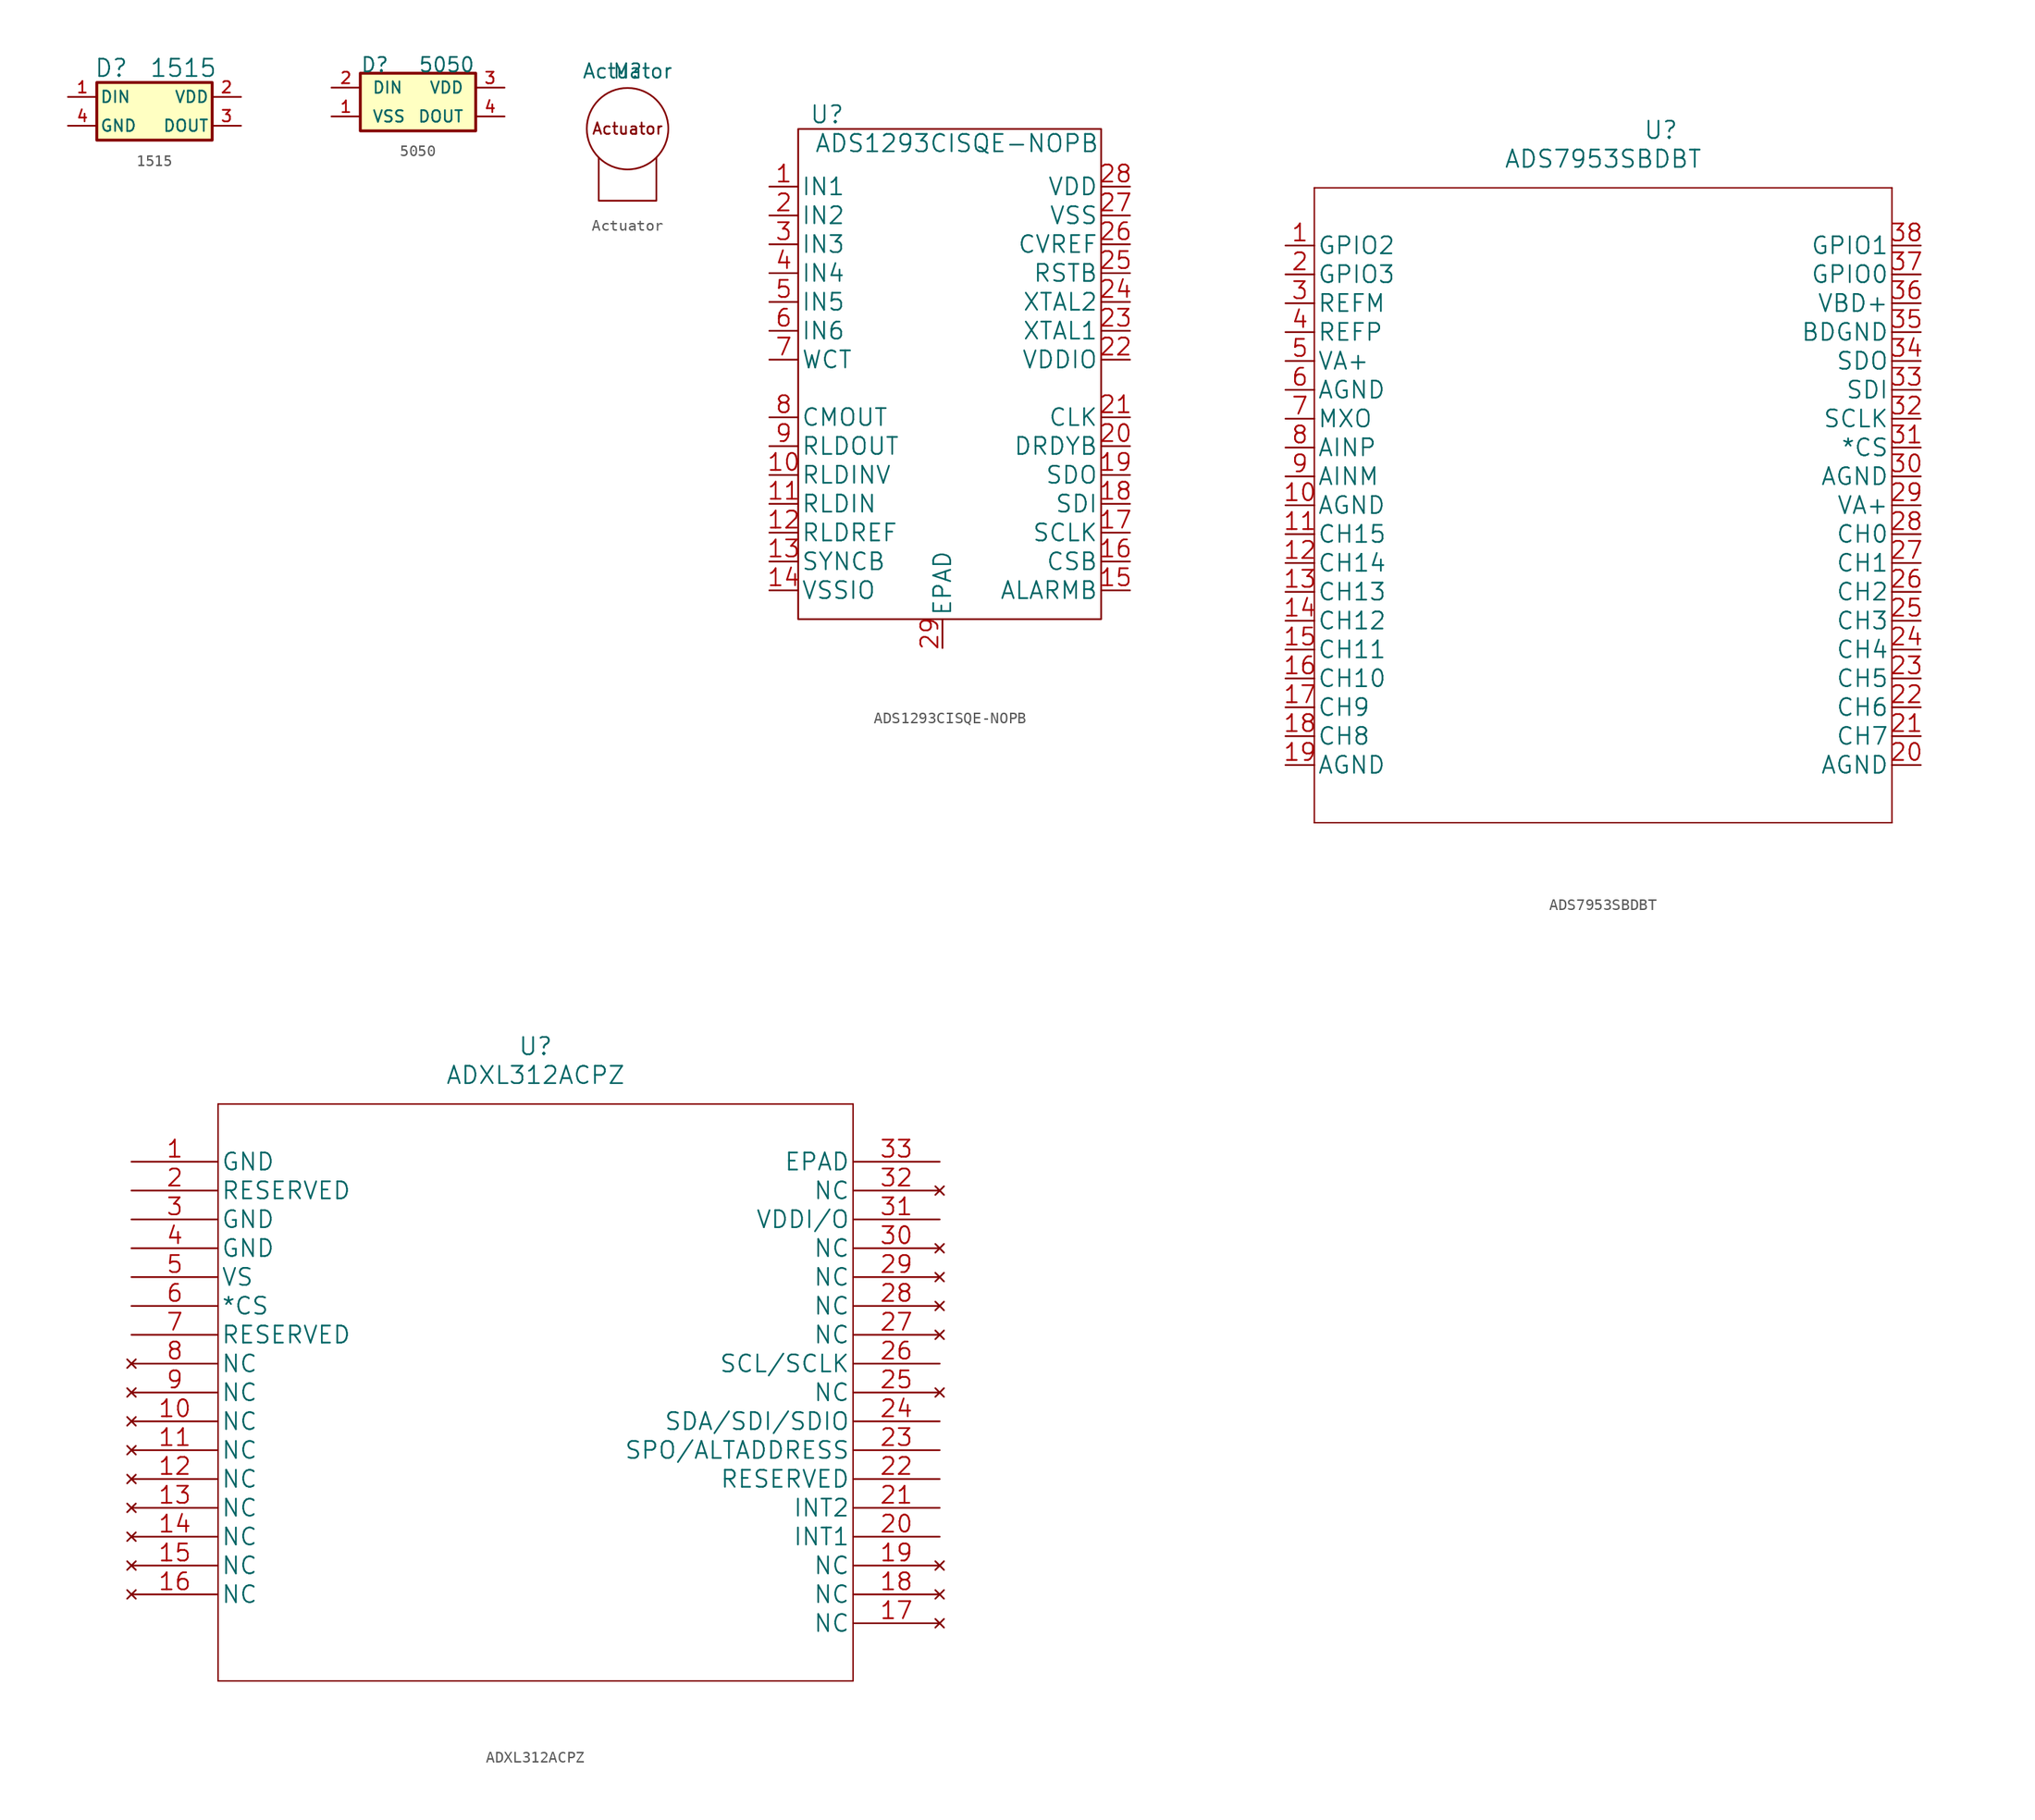
<source format=kicad_sym>
(kicad_symbol_lib
  (version 20220914)
  (generator kicad_symbol_editor)
  (symbol "1515"
    (pin_names
      (offset 0.254))
    (property "Reference" "D"
      (at 3.81 2.54 0)
      (effects (font (size 1.524 1.524))))
    (property "Value" "1515"
      (at 10.16 2.54 0)
      (effects (font (size 1.524 1.524))))
    (property "Datasheet" ""
      (at 0 0 0)
      (effects (font (size 1.524 1.524))))
    (property "ki_locked" ""
      (at 0 0 0)
      (effects (font (size 1.27 1.27))))
    (symbol "1515_0_0"
      (rectangle (start 2.54 1.27) (end 12.7 -3.81) (stroke (width 0.254) (type default)) (fill (type background))))
    (symbol "1515_1_1"
      (pin input line (at 0 0 0) (length 2.54) (name "DIN" (effects (font (size 1.016 1.016)))) (number "1" (effects (font (size 1.016 1.016)))))
      (pin power_in line (at 15.24 0 180) (length 2.54) (name "VDD" (effects (font (size 1.016 1.016)))) (number "2" (effects (font (size 1.016 1.016)))))
      (pin output line (at 15.24 -2.54 180) (length 2.54) (name "DOUT" (effects (font (size 1.016 1.016)))) (number "3" (effects (font (size 1.016 1.016)))))
      (pin power_in line (at 0 -2.54 0) (length 2.54) (name "GND" (effects (font (size 1.016 1.016)))) (number "4" (effects (font (size 1.016 1.016)))))))
  (symbol "5050"
    (pin_names
      (offset 1.016))
    (property "Reference" "D"
      (at 2.54 1.27 0)
      (effects (font (size 1.27 1.27)) (justify left bottom)))
    (property "Value" "5050"
      (at 7.62 1.27 0)
      (effects (font (size 1.27 1.27)) (justify left bottom)))
    (symbol "5050_0_0"
      (rectangle (start 2.54 1.27) (end 12.7 -3.81) (stroke (width 0.254) (type default)) (fill (type background)))
      (pin power_in line (at 0 -2.54 0) (length 2.54) (name "VSS" (effects (font (size 1.016 1.016)))) (number "1" (effects (font (size 1.016 1.016)))))
      (pin input line (at 0 0 0) (length 2.54) (name "DIN" (effects (font (size 1.016 1.016)))) (number "2" (effects (font (size 1.016 1.016)))))
      (pin power_in line (at 15.24 0 180) (length 2.54) (name "VDD" (effects (font (size 1.016 1.016)))) (number "3" (effects (font (size 1.016 1.016)))))
      (pin output line (at 15.24 -2.54 180) (length 2.54) (name "DOUT" (effects (font (size 1.016 1.016)))) (number "4" (effects (font (size 1.016 1.016)))))))
  (symbol "Actuator"
    (pin_numbers hide)
    (pin_names
      (offset 0) hide)
    (property "Reference" "M"
      (at 0 5.08 0)
      (effects (font (size 1.27 1.27))))
    (property "Value" "Actuator"
      (at 0 5.08 0)
      (effects (font (size 1.27 1.27))))
    (symbol "Actuator_0_0"
      (text "Actuator" (at 0 0 0) (effects (font (size 1 1)))))
    (symbol "Actuator_0_1"
      (polyline (pts (xy -2.54 -2.54) (xy -2.54 -6.35) (xy 2.54 -6.35) (xy 2.54 -2.54)) (stroke (width 0) (type default)) (fill (type none)))
      (circle (center 0 0) (radius 3.592) (stroke (width 0) (type default)) (fill (type none)))))
  (symbol "ADS1293CISQE-NOPB"
    (pin_names
      (offset 0.254))
    (property "Reference" "U"
      (at 5.08 1.27 0)
      (effects (font (size 1.524 1.524))))
    (property "Value" "ADS1293CISQE-NOPB"
      (at 16.51 -1.27 0)
      (effects (font (size 1.524 1.524))))
    (property "Datasheet" ""
      (at 0 0 0)
      (effects (font (size 1.524 1.524))))
    (symbol "ADS1293CISQE-NOPB_0_1"
      (rectangle (start 2.54 0) (end 29.21 -43.18) (stroke (width 0) (type default)) (fill (type none))))
    (symbol "ADS1293CISQE-NOPB_1_1"
      (pin input line (at 0 -5.08 0) (length 2.54) (name "IN1" (effects (font (size 1.499 1.499)))) (number "1" (effects (font (size 1.499 1.499)))))
      (pin input line (at 0 -30.48 0) (length 2.54) (name "RLDINV" (effects (font (size 1.499 1.499)))) (number "10" (effects (font (size 1.499 1.499)))))
      (pin bidirectional line (at 0 -33.02 0) (length 2.54) (name "RLDIN" (effects (font (size 1.499 1.499)))) (number "11" (effects (font (size 1.499 1.499)))))
      (pin output line (at 0 -35.56 0) (length 2.54) (name "RLDREF" (effects (font (size 1.499 1.499)))) (number "12" (effects (font (size 1.499 1.499)))))
      (pin bidirectional line (at 0 -38.1 0) (length 2.54) (name "SYNCB" (effects (font (size 1.499 1.499)))) (number "13" (effects (font (size 1.499 1.499)))))
      (pin power_in line (at 0 -40.64 0) (length 2.54) (name "VSSIO" (effects (font (size 1.499 1.499)))) (number "14" (effects (font (size 1.499 1.499)))))
      (pin output line (at 31.75 -40.64 180) (length 2.54) (name "ALARMB" (effects (font (size 1.499 1.499)))) (number "15" (effects (font (size 1.499 1.499)))))
      (pin input line (at 31.75 -38.1 180) (length 2.54) (name "CSB" (effects (font (size 1.499 1.499)))) (number "16" (effects (font (size 1.499 1.499)))))
      (pin input line (at 31.75 -35.56 180) (length 2.54) (name "SCLK" (effects (font (size 1.499 1.499)))) (number "17" (effects (font (size 1.499 1.499)))))
      (pin input line (at 31.75 -33.02 180) (length 2.54) (name "SDI" (effects (font (size 1.499 1.499)))) (number "18" (effects (font (size 1.499 1.499)))))
      (pin output line (at 31.75 -30.48 180) (length 2.54) (name "SDO" (effects (font (size 1.499 1.499)))) (number "19" (effects (font (size 1.499 1.499)))))
      (pin input line (at 0 -7.62 0) (length 2.54) (name "IN2" (effects (font (size 1.499 1.499)))) (number "2" (effects (font (size 1.499 1.499)))))
      (pin output line (at 31.75 -27.94 180) (length 2.54) (name "DRDYB" (effects (font (size 1.499 1.499)))) (number "20" (effects (font (size 1.499 1.499)))))
      (pin bidirectional line (at 31.75 -25.4 180) (length 2.54) (name "CLK" (effects (font (size 1.499 1.499)))) (number "21" (effects (font (size 1.499 1.499)))))
      (pin power_in line (at 31.75 -20.32 180) (length 2.54) (name "VDDIO" (effects (font (size 1.499 1.499)))) (number "22" (effects (font (size 1.499 1.499)))))
      (pin input line (at 31.75 -17.78 180) (length 2.54) (name "XTAL1" (effects (font (size 1.499 1.499)))) (number "23" (effects (font (size 1.499 1.499)))))
      (pin input line (at 31.75 -15.24 180) (length 2.54) (name "XTAL2" (effects (font (size 1.499 1.499)))) (number "24" (effects (font (size 1.499 1.499)))))
      (pin input line (at 31.75 -12.7 180) (length 2.54) (name "RSTB" (effects (font (size 1.499 1.499)))) (number "25" (effects (font (size 1.499 1.499)))))
      (pin bidirectional line (at 31.75 -10.16 180) (length 2.54) (name "CVREF" (effects (font (size 1.499 1.499)))) (number "26" (effects (font (size 1.499 1.499)))))
      (pin power_in line (at 31.75 -7.62 180) (length 2.54) (name "VSS" (effects (font (size 1.499 1.499)))) (number "27" (effects (font (size 1.499 1.499)))))
      (pin power_in line (at 31.75 -5.08 180) (length 2.54) (name "VDD" (effects (font (size 1.499 1.499)))) (number "28" (effects (font (size 1.499 1.499)))))
      (pin unspecified line (at 15.24 -45.72 90) (length 2.54) (name "EPAD" (effects (font (size 1.499 1.499)))) (number "29" (effects (font (size 1.499 1.499)))))
      (pin input line (at 0 -10.16 0) (length 2.54) (name "IN3" (effects (font (size 1.499 1.499)))) (number "3" (effects (font (size 1.499 1.499)))))
      (pin input line (at 0 -12.7 0) (length 2.54) (name "IN4" (effects (font (size 1.499 1.499)))) (number "4" (effects (font (size 1.499 1.499)))))
      (pin input line (at 0 -15.24 0) (length 2.54) (name "IN5" (effects (font (size 1.499 1.499)))) (number "5" (effects (font (size 1.499 1.499)))))
      (pin input line (at 0 -17.78 0) (length 2.54) (name "IN6" (effects (font (size 1.499 1.499)))) (number "6" (effects (font (size 1.499 1.499)))))
      (pin output line (at 0 -20.32 0) (length 2.54) (name "WCT" (effects (font (size 1.499 1.499)))) (number "7" (effects (font (size 1.499 1.499)))))
      (pin output line (at 0 -25.4 0) (length 2.54) (name "CMOUT" (effects (font (size 1.499 1.499)))) (number "8" (effects (font (size 1.499 1.499)))))
      (pin output line (at 0 -27.94 0) (length 2.54) (name "RLDOUT" (effects (font (size 1.499 1.499)))) (number "9" (effects (font (size 1.499 1.499)))))))
  (symbol "ADS7953SBDBT"
    (pin_names
      (offset 0.254))
    (property "Reference" "U"
      (at 33.02 10.16 0)
      (effects (font (size 1.524 1.524))))
    (property "Value" "ADS7953SBDBT"
      (at 27.94 7.62 0)
      (effects (font (size 1.524 1.524))))
    (property "Datasheet" ""
      (at 0 0 0)
      (effects (font (size 1.524 1.524))))
    (property "ki_locked" ""
      (at 0 0 0)
      (effects (font (size 1.27 1.27))))
    (symbol "ADS7953SBDBT_1_1"
      (polyline (pts (xy 2.54 -50.8) (xy 53.34 -50.8)) (stroke (width 0.127) (type default)) (fill (type none)))
      (polyline (pts (xy 2.54 5.08) (xy 2.54 -50.8)) (stroke (width 0.127) (type default)) (fill (type none)))
      (polyline (pts (xy 53.34 -50.8) (xy 53.34 5.08)) (stroke (width 0.127) (type default)) (fill (type none)))
      (polyline (pts (xy 53.34 5.08) (xy 2.54 5.08)) (stroke (width 0.127) (type default)) (fill (type none)))
      (pin bidirectional line (at 0 0 0) (length 2.54) (name "GPIO2" (effects (font (size 1.499 1.499)))) (number "1" (effects (font (size 1.499 1.499)))))
      (pin power_in line (at 0 -22.86 0) (length 2.54) (name "AGND" (effects (font (size 1.499 1.499)))) (number "10" (effects (font (size 1.499 1.499)))))
      (pin input line (at 0 -25.4 0) (length 2.54) (name "CH15" (effects (font (size 1.499 1.499)))) (number "11" (effects (font (size 1.499 1.499)))))
      (pin input line (at 0 -27.94 0) (length 2.54) (name "CH14" (effects (font (size 1.499 1.499)))) (number "12" (effects (font (size 1.499 1.499)))))
      (pin input line (at 0 -30.48 0) (length 2.54) (name "CH13" (effects (font (size 1.499 1.499)))) (number "13" (effects (font (size 1.499 1.499)))))
      (pin input line (at 0 -33.02 0) (length 2.54) (name "CH12" (effects (font (size 1.499 1.499)))) (number "14" (effects (font (size 1.499 1.499)))))
      (pin input line (at 0 -35.56 0) (length 2.54) (name "CH11" (effects (font (size 1.499 1.499)))) (number "15" (effects (font (size 1.499 1.499)))))
      (pin input line (at 0 -38.1 0) (length 2.54) (name "CH10" (effects (font (size 1.499 1.499)))) (number "16" (effects (font (size 1.499 1.499)))))
      (pin input line (at 0 -40.64 0) (length 2.54) (name "CH9" (effects (font (size 1.499 1.499)))) (number "17" (effects (font (size 1.499 1.499)))))
      (pin input line (at 0 -43.18 0) (length 2.54) (name "CH8" (effects (font (size 1.499 1.499)))) (number "18" (effects (font (size 1.499 1.499)))))
      (pin power_in line (at 0 -45.72 0) (length 2.54) (name "AGND" (effects (font (size 1.499 1.499)))) (number "19" (effects (font (size 1.499 1.499)))))
      (pin bidirectional line (at 0 -2.54 0) (length 2.54) (name "GPIO3" (effects (font (size 1.499 1.499)))) (number "2" (effects (font (size 1.499 1.499)))))
      (pin power_in line (at 55.88 -45.72 180) (length 2.54) (name "AGND" (effects (font (size 1.499 1.499)))) (number "20" (effects (font (size 1.499 1.499)))))
      (pin input line (at 55.88 -43.18 180) (length 2.54) (name "CH7" (effects (font (size 1.499 1.499)))) (number "21" (effects (font (size 1.499 1.499)))))
      (pin input line (at 55.88 -40.64 180) (length 2.54) (name "CH6" (effects (font (size 1.499 1.499)))) (number "22" (effects (font (size 1.499 1.499)))))
      (pin input line (at 55.88 -38.1 180) (length 2.54) (name "CH5" (effects (font (size 1.499 1.499)))) (number "23" (effects (font (size 1.499 1.499)))))
      (pin input line (at 55.88 -35.56 180) (length 2.54) (name "CH4" (effects (font (size 1.499 1.499)))) (number "24" (effects (font (size 1.499 1.499)))))
      (pin input line (at 55.88 -33.02 180) (length 2.54) (name "CH3" (effects (font (size 1.499 1.499)))) (number "25" (effects (font (size 1.499 1.499)))))
      (pin input line (at 55.88 -30.48 180) (length 2.54) (name "CH2" (effects (font (size 1.499 1.499)))) (number "26" (effects (font (size 1.499 1.499)))))
      (pin input line (at 55.88 -27.94 180) (length 2.54) (name "CH1" (effects (font (size 1.499 1.499)))) (number "27" (effects (font (size 1.499 1.499)))))
      (pin input line (at 55.88 -25.4 180) (length 2.54) (name "CH0" (effects (font (size 1.499 1.499)))) (number "28" (effects (font (size 1.499 1.499)))))
      (pin power_in line (at 55.88 -22.86 180) (length 2.54) (name "VA+" (effects (font (size 1.499 1.499)))) (number "29" (effects (font (size 1.499 1.499)))))
      (pin input line (at 0 -5.08 0) (length 2.54) (name "REFM" (effects (font (size 1.499 1.499)))) (number "3" (effects (font (size 1.499 1.499)))))
      (pin power_in line (at 55.88 -20.32 180) (length 2.54) (name "AGND" (effects (font (size 1.499 1.499)))) (number "30" (effects (font (size 1.499 1.499)))))
      (pin input line (at 55.88 -17.78 180) (length 2.54) (name "*CS" (effects (font (size 1.499 1.499)))) (number "31" (effects (font (size 1.499 1.499)))))
      (pin input line (at 55.88 -15.24 180) (length 2.54) (name "SCLK" (effects (font (size 1.499 1.499)))) (number "32" (effects (font (size 1.499 1.499)))))
      (pin input line (at 55.88 -12.7 180) (length 2.54) (name "SDI" (effects (font (size 1.499 1.499)))) (number "33" (effects (font (size 1.499 1.499)))))
      (pin output line (at 55.88 -10.16 180) (length 2.54) (name "SDO" (effects (font (size 1.499 1.499)))) (number "34" (effects (font (size 1.499 1.499)))))
      (pin power_in line (at 55.88 -7.62 180) (length 2.54) (name "BDGND" (effects (font (size 1.499 1.499)))) (number "35" (effects (font (size 1.499 1.499)))))
      (pin power_in line (at 55.88 -5.08 180) (length 2.54) (name "VBD+" (effects (font (size 1.499 1.499)))) (number "36" (effects (font (size 1.499 1.499)))))
      (pin bidirectional line (at 55.88 -2.54 180) (length 2.54) (name "GPIO0" (effects (font (size 1.499 1.499)))) (number "37" (effects (font (size 1.499 1.499)))))
      (pin bidirectional line (at 55.88 0 180) (length 2.54) (name "GPIO1" (effects (font (size 1.499 1.499)))) (number "38" (effects (font (size 1.499 1.499)))))
      (pin input line (at 0 -7.62 0) (length 2.54) (name "REFP" (effects (font (size 1.499 1.499)))) (number "4" (effects (font (size 1.499 1.499)))))
      (pin power_in line (at 0 -10.16 0) (length 2.54) (name "VA+" (effects (font (size 1.499 1.499)))) (number "5" (effects (font (size 1.499 1.499)))))
      (pin power_in line (at 0 -12.7 0) (length 2.54) (name "AGND" (effects (font (size 1.499 1.499)))) (number "6" (effects (font (size 1.499 1.499)))))
      (pin output line (at 0 -15.24 0) (length 2.54) (name "MXO" (effects (font (size 1.499 1.499)))) (number "7" (effects (font (size 1.499 1.499)))))
      (pin input line (at 0 -17.78 0) (length 2.54) (name "AINP" (effects (font (size 1.499 1.499)))) (number "8" (effects (font (size 1.499 1.499)))))
      (pin input line (at 0 -20.32 0) (length 2.54) (name "AINM" (effects (font (size 1.499 1.499)))) (number "9" (effects (font (size 1.499 1.499)))))))
  (symbol "ADXL312ACPZ"
    (pin_names
      (offset 0.254))
    (property "Reference" "U"
      (at 35.56 10.16 0)
      (effects (font (size 1.524 1.524))))
    (property "Value" "ADXL312ACPZ"
      (at 35.56 7.62 0)
      (effects (font (size 1.524 1.524))))
    (property "Datasheet" ""
      (at 0 0 0)
      (effects (font (size 1.524 1.524))))
    (property "ki_locked" ""
      (at 0 0 0)
      (effects (font (size 1.27 1.27))))
    (symbol "ADXL312ACPZ_1_1"
      (polyline (pts (xy 7.62 -45.72) (xy 63.5 -45.72)) (stroke (width 0.127) (type default)) (fill (type none)))
      (polyline (pts (xy 7.62 5.08) (xy 7.62 -45.72)) (stroke (width 0.127) (type default)) (fill (type none)))
      (polyline (pts (xy 63.5 -45.72) (xy 63.5 5.08)) (stroke (width 0.127) (type default)) (fill (type none)))
      (polyline (pts (xy 63.5 5.08) (xy 7.62 5.08)) (stroke (width 0.127) (type default)) (fill (type none)))
      (pin power_in line (at 0 0 0) (length 7.62) (name "GND" (effects (font (size 1.499 1.499)))) (number "1" (effects (font (size 1.499 1.499)))))
      (pin no_connect line (at 0 -22.86 0) (length 7.62) (name "NC" (effects (font (size 1.499 1.499)))) (number "10" (effects (font (size 1.499 1.499)))))
      (pin no_connect line (at 0 -25.4 0) (length 7.62) (name "NC" (effects (font (size 1.499 1.499)))) (number "11" (effects (font (size 1.499 1.499)))))
      (pin no_connect line (at 0 -27.94 0) (length 7.62) (name "NC" (effects (font (size 1.499 1.499)))) (number "12" (effects (font (size 1.499 1.499)))))
      (pin no_connect line (at 0 -30.48 0) (length 7.62) (name "NC" (effects (font (size 1.499 1.499)))) (number "13" (effects (font (size 1.499 1.499)))))
      (pin no_connect line (at 0 -33.02 0) (length 7.62) (name "NC" (effects (font (size 1.499 1.499)))) (number "14" (effects (font (size 1.499 1.499)))))
      (pin no_connect line (at 0 -35.56 0) (length 7.62) (name "NC" (effects (font (size 1.499 1.499)))) (number "15" (effects (font (size 1.499 1.499)))))
      (pin no_connect line (at 0 -38.1 0) (length 7.62) (name "NC" (effects (font (size 1.499 1.499)))) (number "16" (effects (font (size 1.499 1.499)))))
      (pin no_connect line (at 71.12 -40.64 180) (length 7.62) (name "NC" (effects (font (size 1.499 1.499)))) (number "17" (effects (font (size 1.499 1.499)))))
      (pin no_connect line (at 71.12 -38.1 180) (length 7.62) (name "NC" (effects (font (size 1.499 1.499)))) (number "18" (effects (font (size 1.499 1.499)))))
      (pin no_connect line (at 71.12 -35.56 180) (length 7.62) (name "NC" (effects (font (size 1.499 1.499)))) (number "19" (effects (font (size 1.499 1.499)))))
      (pin unspecified line (at 0 -2.54 0) (length 7.62) (name "RESERVED" (effects (font (size 1.499 1.499)))) (number "2" (effects (font (size 1.499 1.499)))))
      (pin bidirectional line (at 71.12 -33.02 180) (length 7.62) (name "INT1" (effects (font (size 1.499 1.499)))) (number "20" (effects (font (size 1.499 1.499)))))
      (pin bidirectional line (at 71.12 -30.48 180) (length 7.62) (name "INT2" (effects (font (size 1.499 1.499)))) (number "21" (effects (font (size 1.499 1.499)))))
      (pin unspecified line (at 71.12 -27.94 180) (length 7.62) (name "RESERVED" (effects (font (size 1.499 1.499)))) (number "22" (effects (font (size 1.499 1.499)))))
      (pin unspecified line (at 71.12 -25.4 180) (length 7.62) (name "SPO/ALTADDRESS" (effects (font (size 1.499 1.499)))) (number "23" (effects (font (size 1.499 1.499)))))
      (pin unspecified line (at 71.12 -22.86 180) (length 7.62) (name "SDA/SDI/SDIO" (effects (font (size 1.499 1.499)))) (number "24" (effects (font (size 1.499 1.499)))))
      (pin no_connect line (at 71.12 -20.32 180) (length 7.62) (name "NC" (effects (font (size 1.499 1.499)))) (number "25" (effects (font (size 1.499 1.499)))))
      (pin unspecified line (at 71.12 -17.78 180) (length 7.62) (name "SCL/SCLK" (effects (font (size 1.499 1.499)))) (number "26" (effects (font (size 1.499 1.499)))))
      (pin no_connect line (at 71.12 -15.24 180) (length 7.62) (name "NC" (effects (font (size 1.499 1.499)))) (number "27" (effects (font (size 1.499 1.499)))))
      (pin no_connect line (at 71.12 -12.7 180) (length 7.62) (name "NC" (effects (font (size 1.499 1.499)))) (number "28" (effects (font (size 1.499 1.499)))))
      (pin no_connect line (at 71.12 -10.16 180) (length 7.62) (name "NC" (effects (font (size 1.499 1.499)))) (number "29" (effects (font (size 1.499 1.499)))))
      (pin power_in line (at 0 -5.08 0) (length 7.62) (name "GND" (effects (font (size 1.499 1.499)))) (number "3" (effects (font (size 1.499 1.499)))))
      (pin no_connect line (at 71.12 -7.62 180) (length 7.62) (name "NC" (effects (font (size 1.499 1.499)))) (number "30" (effects (font (size 1.499 1.499)))))
      (pin power_in line (at 71.12 -5.08 180) (length 7.62) (name "VDDI/O" (effects (font (size 1.499 1.499)))) (number "31" (effects (font (size 1.499 1.499)))))
      (pin no_connect line (at 71.12 -2.54 180) (length 7.62) (name "NC" (effects (font (size 1.499 1.499)))) (number "32" (effects (font (size 1.499 1.499)))))
      (pin unspecified line (at 71.12 0 180) (length 7.62) (name "EPAD" (effects (font (size 1.499 1.499)))) (number "33" (effects (font (size 1.499 1.499)))))
      (pin power_in line (at 0 -7.62 0) (length 7.62) (name "GND" (effects (font (size 1.499 1.499)))) (number "4" (effects (font (size 1.499 1.499)))))
      (pin unspecified line (at 0 -10.16 0) (length 7.62) (name "VS" (effects (font (size 1.499 1.499)))) (number "5" (effects (font (size 1.499 1.499)))))
      (pin unspecified line (at 0 -12.7 0) (length 7.62) (name "*CS" (effects (font (size 1.499 1.499)))) (number "6" (effects (font (size 1.499 1.499)))))
      (pin unspecified line (at 0 -15.24 0) (length 7.62) (name "RESERVED" (effects (font (size 1.499 1.499)))) (number "7" (effects (font (size 1.499 1.499)))))
      (pin no_connect line (at 0 -17.78 0) (length 7.62) (name "NC" (effects (font (size 1.499 1.499)))) (number "8" (effects (font (size 1.499 1.499)))))
      (pin no_connect line (at 0 -20.32 0) (length 7.62) (name "NC" (effects (font (size 1.499 1.499)))) (number "9" (effects (font (size 1.499 1.499))))))))
</source>
